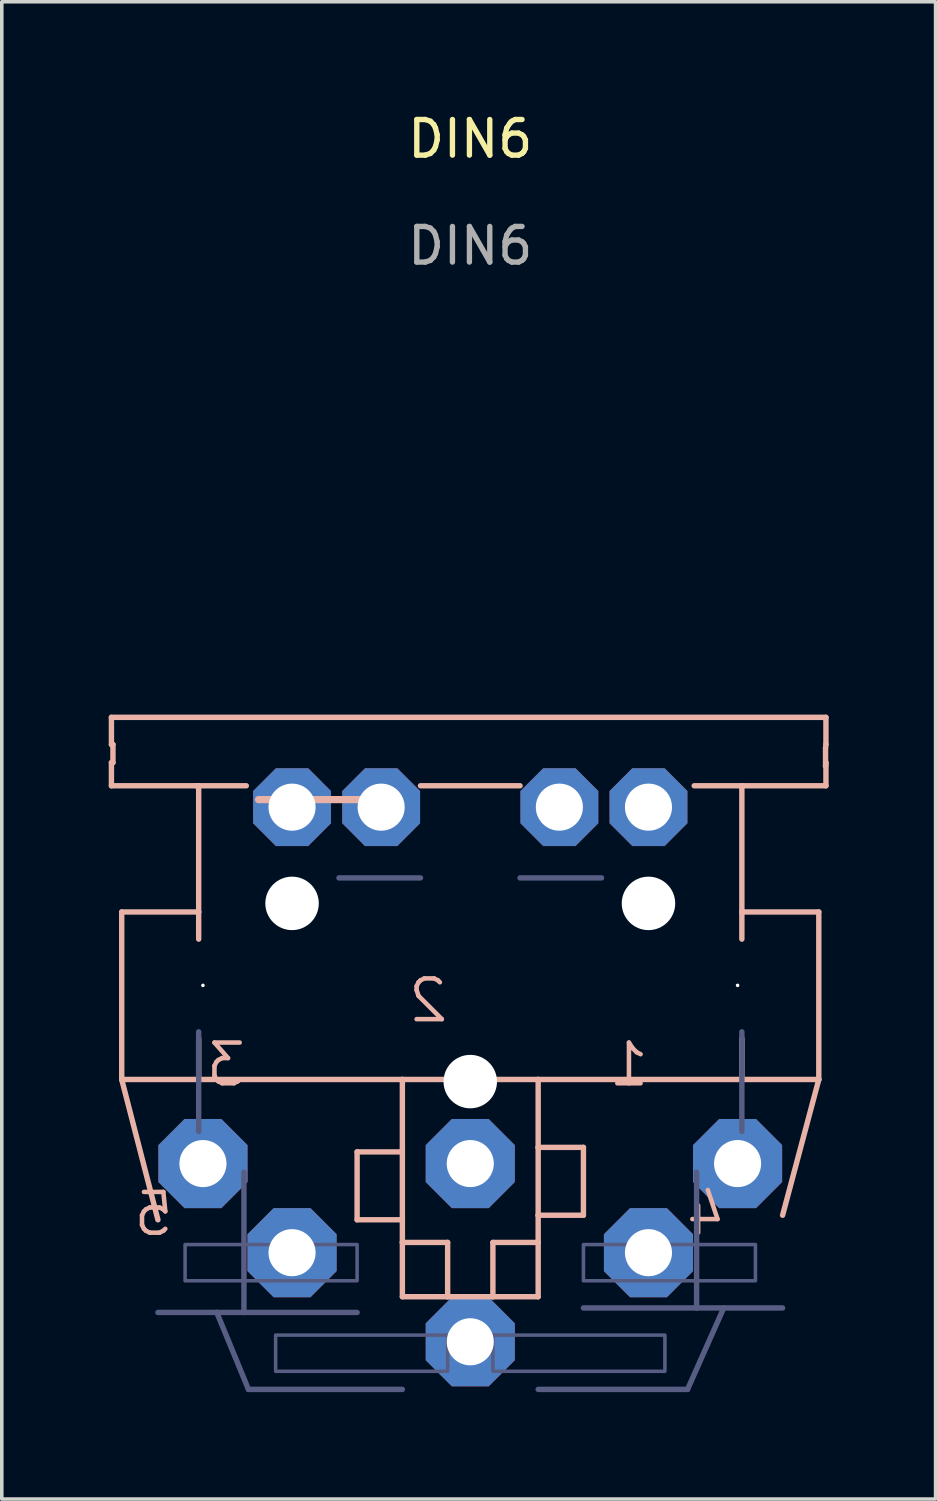
<source format=kicad_pcb>
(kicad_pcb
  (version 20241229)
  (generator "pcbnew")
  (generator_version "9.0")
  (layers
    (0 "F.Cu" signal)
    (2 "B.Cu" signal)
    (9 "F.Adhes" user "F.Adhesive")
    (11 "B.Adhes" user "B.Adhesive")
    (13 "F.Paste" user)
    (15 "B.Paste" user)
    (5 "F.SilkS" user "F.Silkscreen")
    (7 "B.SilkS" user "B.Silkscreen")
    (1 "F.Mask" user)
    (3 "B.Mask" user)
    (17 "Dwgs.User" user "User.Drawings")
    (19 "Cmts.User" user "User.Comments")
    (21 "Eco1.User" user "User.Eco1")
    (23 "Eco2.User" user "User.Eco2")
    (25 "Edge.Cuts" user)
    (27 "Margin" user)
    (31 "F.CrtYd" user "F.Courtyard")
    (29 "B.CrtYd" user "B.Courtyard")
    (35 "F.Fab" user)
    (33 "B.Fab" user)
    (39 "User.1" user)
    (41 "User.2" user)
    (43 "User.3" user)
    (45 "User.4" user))
  (footprint "DIN6"
    (layer "F.Cu")
    (at 10.144 19.596)
    (property "Reference" "DIN6" (at 0 -18.748 0) (unlocked yes) (layer "F.SilkS") (effects (font (size 1 1) (thickness 0.15))))
    (attr through_hole)
    (fp_line (start -10.068 -2.52) (end -10.068 -1.758) (stroke (width 0.152) (type solid)) (layer "B.SilkS"))
    (fp_line (start -10.068 -2.52) (end 9.979 -2.52) (stroke (width 0.152) (type solid)) (layer "B.SilkS"))
    (fp_line (start -10.068 -1.25) (end -10.068 -0.6) (stroke (width 0.152) (type solid)) (layer "B.SilkS"))
    (fp_line (start -10.068 -1.25) (end -10.025 -1.25) (stroke (width 0.152) (type solid)) (layer "B.SilkS"))
    (fp_line (start -10.025 -1.758) (end -10.068 -1.758) (stroke (width 0.152) (type solid)) (layer "B.SilkS"))
    (fp_line (start -10.025 -1.758) (end -10.025 -1.25) (stroke (width 0.152) (type solid)) (layer "B.SilkS"))
    (fp_line (start -9.779 2.941) (end -9.779 7.64) (stroke (width 0.152) (type solid)) (layer "B.SilkS"))
    (fp_line (start -9.779 2.941) (end -7.62 2.941) (stroke (width 0.152) (type solid)) (layer "B.SilkS"))
    (fp_line (start -8.763 11.577) (end -9.779 7.64) (stroke (width 0.152) (type solid)) (layer "B.SilkS"))
    (fp_line (start -7.693 -0.6) (end -6.283 -0.6) (stroke (width 0.152) (type solid)) (layer "B.SilkS"))
    (fp_line (start -7.62 -0.6) (end -10.068 -0.6) (stroke (width 0.152) (type solid)) (layer "B.SilkS"))
    (fp_line (start -7.62 -0.6) (end -7.62 2.941) (stroke (width 0.152) (type solid)) (layer "B.SilkS"))
    (fp_line (start -7.62 2.941) (end -7.62 3.703) (stroke (width 0.152) (type solid)) (layer "B.SilkS"))
    (fp_line (start -7.62 7.64) (end -9.779 7.64) (stroke (width 0.152) (type solid)) (layer "B.SilkS"))
    (fp_line (start -7.62 7.64) (end -7.62 6.497) (stroke (width 0.152) (type solid)) (layer "B.SilkS"))
    (fp_line (start -3.175 11.577) (end -3.175 9.672) (stroke (width 0.152) (type solid)) (layer "B.SilkS"))
    (fp_line (start -2.948 -0.212) (end -5.942 -0.212) (stroke (width 0.203) (type solid)) (layer "B.SilkS"))
    (fp_line (start -1.905 7.64) (end -7.62 7.64) (stroke (width 0.152) (type solid)) (layer "B.SilkS"))
    (fp_line (start -1.905 9.672) (end -3.175 9.672) (stroke (width 0.152) (type solid)) (layer "B.SilkS"))
    (fp_line (start -1.905 9.672) (end -1.905 7.64) (stroke (width 0.152) (type solid)) (layer "B.SilkS"))
    (fp_line (start -1.905 11.577) (end -3.175 11.577) (stroke (width 0.152) (type solid)) (layer "B.SilkS"))
    (fp_line (start -1.905 11.577) (end -1.905 9.672) (stroke (width 0.152) (type solid)) (layer "B.SilkS"))
    (fp_line (start -1.905 12.212) (end -1.905 11.577) (stroke (width 0.152) (type solid)) (layer "B.SilkS"))
    (fp_line (start -1.905 12.212) (end -0.635 12.212) (stroke (width 0.152) (type solid)) (layer "B.SilkS"))
    (fp_line (start -1.905 13.736) (end -1.905 12.212) (stroke (width 0.152) (type solid)) (layer "B.SilkS"))
    (fp_line (start -1.397 -0.6) (end 1.397 -0.6) (stroke (width 0.152) (type solid)) (layer "B.SilkS"))
    (fp_line (start -0.635 13.736) (end -1.905 13.736) (stroke (width 0.152) (type solid)) (layer "B.SilkS"))
    (fp_line (start -0.635 13.736) (end -0.635 12.212) (stroke (width 0.152) (type solid)) (layer "B.SilkS"))
    (fp_line (start 0.635 13.736) (end -0.635 13.736) (stroke (width 0.152) (type solid)) (layer "B.SilkS"))
    (fp_line (start 0.635 13.736) (end 0.635 12.212) (stroke (width 0.152) (type solid)) (layer "B.SilkS"))
    (fp_line (start 1.905 7.64) (end -1.905 7.64) (stroke (width 0.152) (type solid)) (layer "B.SilkS"))
    (fp_line (start 1.905 9.545) (end 1.905 7.64) (stroke (width 0.152) (type solid)) (layer "B.SilkS"))
    (fp_line (start 1.905 9.545) (end 3.175 9.545) (stroke (width 0.152) (type solid)) (layer "B.SilkS"))
    (fp_line (start 1.905 11.45) (end 1.905 9.545) (stroke (width 0.152) (type solid)) (layer "B.SilkS"))
    (fp_line (start 1.905 12.212) (end 0.635 12.212) (stroke (width 0.152) (type solid)) (layer "B.SilkS"))
    (fp_line (start 1.905 12.212) (end 1.905 11.45) (stroke (width 0.152) (type solid)) (layer "B.SilkS"))
    (fp_line (start 1.905 13.736) (end 0.635 13.736) (stroke (width 0.152) (type solid)) (layer "B.SilkS"))
    (fp_line (start 1.905 13.736) (end 1.905 12.212) (stroke (width 0.152) (type solid)) (layer "B.SilkS"))
    (fp_line (start 3.175 11.45) (end 1.905 11.45) (stroke (width 0.152) (type solid)) (layer "B.SilkS"))
    (fp_line (start 3.175 11.45) (end 3.175 9.545) (stroke (width 0.152) (type solid)) (layer "B.SilkS"))
    (fp_line (start 6.283 -0.6) (end 7.62 -0.6) (stroke (width 0.152) (type solid)) (layer "B.SilkS"))
    (fp_line (start 7.62 -0.6) (end 7.62 2.941) (stroke (width 0.152) (type solid)) (layer "B.SilkS"))
    (fp_line (start 7.62 2.941) (end 7.62 3.703) (stroke (width 0.152) (type solid)) (layer "B.SilkS"))
    (fp_line (start 7.62 7.64) (end 1.905 7.64) (stroke (width 0.152) (type solid)) (layer "B.SilkS"))
    (fp_line (start 7.62 7.64) (end 7.62 6.497) (stroke (width 0.152) (type solid)) (layer "B.SilkS"))
    (fp_line (start 8.763 11.45) (end 9.779 7.64) (stroke (width 0.152) (type solid)) (layer "B.SilkS"))
    (fp_line (start 9.779 2.941) (end 7.62 2.941) (stroke (width 0.152) (type solid)) (layer "B.SilkS"))
    (fp_line (start 9.779 2.941) (end 9.779 7.64) (stroke (width 0.152) (type solid)) (layer "B.SilkS"))
    (fp_line (start 9.779 7.64) (end 7.62 7.64) (stroke (width 0.152) (type solid)) (layer "B.SilkS"))
    (fp_line (start 9.968 -1.658) (end 9.968 -1.15) (stroke (width 0.152) (type solid)) (layer "B.SilkS"))
    (fp_line (start 9.968 -1.658) (end 9.979 -1.758) (stroke (width 0.152) (type solid)) (layer "B.SilkS"))
    (fp_line (start 9.968 -1.15) (end 9.979 -1.25) (stroke (width 0.152) (type solid)) (layer "B.SilkS"))
    (fp_line (start 9.979 -2.52) (end 9.979 -1.758) (stroke (width 0.152) (type solid)) (layer "B.SilkS"))
    (fp_line (start 9.979 -0.6) (end 7.62 -0.6) (stroke (width 0.152) (type solid)) (layer "B.SilkS"))
    (fp_line (start 9.979 -0.6) (end 9.979 -1.25) (stroke (width 0.152) (type solid)) (layer "B.SilkS"))
    (fp_line (start -8.763 14.177) (end -7.112 14.177) (stroke (width 0.152) (type solid)) (layer "B.Fab"))
    (fp_line (start -7.62 9.097) (end -7.62 6.303) (stroke (width 0.152) (type solid)) (layer "B.Fab"))
    (fp_line (start -7.112 14.177) (end -6.223 16.336) (stroke (width 0.152) (type solid)) (layer "B.Fab"))
    (fp_line (start -6.35 14.177) (end -7.112 14.177) (stroke (width 0.152) (type solid)) (layer "B.Fab"))
    (fp_line (start -6.35 14.177) (end -6.35 10.24) (stroke (width 0.152) (type solid)) (layer "B.Fab"))
    (fp_line (start -3.175 14.177) (end -6.35 14.177) (stroke (width 0.152) (type solid)) (layer "B.Fab"))
    (fp_line (start -1.905 16.336) (end -6.223 16.336) (stroke (width 0.152) (type solid)) (layer "B.Fab"))
    (fp_line (start -1.397 1.985) (end -3.683 1.985) (stroke (width 0.152) (type solid)) (layer "B.Fab"))
    (fp_line (start 3.683 1.985) (end 1.397 1.985) (stroke (width 0.152) (type solid)) (layer "B.Fab"))
    (fp_line (start 6.096 16.336) (end 1.905 16.336) (stroke (width 0.152) (type solid)) (layer "B.Fab"))
    (fp_line (start 6.096 16.336) (end 7.112 14.05) (stroke (width 0.152) (type solid)) (layer "B.Fab"))
    (fp_line (start 6.35 14.05) (end 3.175 14.05) (stroke (width 0.152) (type solid)) (layer "B.Fab"))
    (fp_line (start 6.35 14.05) (end 6.35 10.24) (stroke (width 0.152) (type solid)) (layer "B.Fab"))
    (fp_line (start 7.112 14.05) (end 6.35 14.05) (stroke (width 0.152) (type solid)) (layer "B.Fab"))
    (fp_line (start 7.62 9.097) (end 7.62 6.303) (stroke (width 0.152) (type solid)) (layer "B.Fab"))
    (fp_line (start 8.763 14.05) (end 7.112 14.05) (stroke (width 0.152) (type solid)) (layer "B.Fab"))
    (fp_poly (pts (xy -8.001 12.272) (xy -3.175 12.272) (xy -3.175 13.288) (xy -8.001 13.288)) (stroke (width 0.1) (type solid)) (fill no) (layer "B.Fab"))
    (fp_poly (pts (xy -5.461 14.812) (xy -0.635 14.812) (xy -0.635 15.828) (xy -5.461 15.828)) (stroke (width 0.1) (type solid)) (fill no) (layer "B.Fab"))
    (fp_poly (pts (xy 0.635 14.812) (xy 5.461 14.812) (xy 5.461 15.828) (xy 0.635 15.828)) (stroke (width 0.1) (type solid)) (fill no) (layer "B.Fab"))
    (fp_poly (pts (xy 3.175 12.272) (xy 8.001 12.272) (xy 8.001 13.288) (xy 3.175 13.288)) (stroke (width 0.1) (type solid)) (fill no) (layer "B.Fab"))
    (fp_text user "2" (at -0.551 6.094 180) (layer "B.SilkS") (effects (font (size 1.143 1.143) (thickness 0.127)) (justify left bottom mirror)))
    (fp_text user "3" (at -6.223 7.894 180) (layer "B.SilkS") (effects (font (size 1.143 1.143) (thickness 0.127)) (justify left bottom mirror)))
    (fp_text user "1" (at 5.08 7.894 180) (layer "B.SilkS") (effects (font (size 1.143 1.143) (thickness 0.127)) (justify left bottom mirror)))
    (fp_text user "5" (at -8.255 12.085 180) (layer "B.SilkS") (effects (font (size 1.143 1.143) (thickness 0.127)) (justify left bottom mirror)))
    (fp_text user "4" (at 7.239 12.085 180) (layer "B.SilkS") (effects (font (size 1.143 1.143) (thickness 0.127)) (justify left bottom mirror)))
    (fp_text user "${REFERENCE}" (at 0 -15.748 0) (unlocked yes) (layer "F.Fab") (effects (font (size 1 1) (thickness 0.15))))
    (pad "" np_thru_hole circle (at -7.5 5) (size 0.1 0.1) (drill 2.5) (layers "*.Cu"))
    (pad "" np_thru_hole circle (at -5 2.7 270) (size 1.5 1.5) (drill 1.5) (layers "*.Cu" "*.Mask"))
    (pad "" np_thru_hole circle (at 0 7.7 270) (size 1.5 1.5) (drill 1.5) (layers "*.Cu" "*.Mask"))
    (pad "" np_thru_hole circle (at 5 2.7 270) (size 1.5 1.5) (drill 1.5) (layers "*.Cu" "*.Mask"))
    (pad "" np_thru_hole circle (at 7.5 5) (size 0.1 0.1) (drill 2.5) (layers "*.Cu"))
    (pad "1" thru_hole roundrect (at 7.5 10) (size 2.5 2.5) (drill 1.321) (layers "*.Cu" "*.Mask") (roundrect_rratio 0.25) (chamfer_ratio 0.293) (chamfer top_left top_right bottom_left bottom_right))
    (pad "2" thru_hole roundrect (at 0 10 270) (size 2.5 2.5) (drill 1.321) (layers "*.Cu" "*.Mask") (roundrect_rratio 0.25) (chamfer_ratio 0.293) (chamfer top_left top_right bottom_left bottom_right))
    (pad "3" thru_hole roundrect (at -7.5 10) (size 2.5 2.5) (drill 1.321) (layers "*.Cu" "*.Mask") (roundrect_rratio 0.25) (chamfer_ratio 0.293) (chamfer top_left top_right bottom_left bottom_right))
    (pad "4" thru_hole roundrect (at 5 12.5) (size 2.5 2.5) (drill 1.321) (layers "*.Cu" "*.Mask") (roundrect_rratio 0.25) (chamfer_ratio 0.293) (chamfer top_left top_right bottom_left bottom_right))
    (pad "5" thru_hole roundrect (at -5 12.5) (size 2.5 2.5) (drill 1.321) (layers "*.Cu" "*.Mask") (roundrect_rratio 0.25) (chamfer_ratio 0.293) (chamfer top_left top_right bottom_left bottom_right))
    (pad "6" thru_hole roundrect (at 0 15 270) (size 2.5 2.5) (drill 1.321) (layers "*.Cu" "*.Mask") (roundrect_rratio 0.25) (chamfer_ratio 0.293) (chamfer top_left top_right bottom_left bottom_right))
    (pad "PE" thru_hole roundrect (at -2.5 0) (size 2.184 2.184) (drill 1.321) (layers "*.Cu" "*.Mask") (roundrect_rratio 0.25) (chamfer_ratio 0.293) (chamfer top_left top_right bottom_left bottom_right))
    (pad "PE1" thru_hole roundrect (at -5 0) (size 2.184 2.184) (drill 1.321) (layers "*.Cu" "*.Mask") (roundrect_rratio 0.25) (chamfer_ratio 0.293) (chamfer top_left top_right bottom_left bottom_right))
    (pad "PE2" thru_hole roundrect (at 5 0) (size 2.184 2.184) (drill 1.321) (layers "*.Cu" "*.Mask") (roundrect_rratio 0.25) (chamfer_ratio 0.293) (chamfer top_left top_right bottom_left bottom_right))
    (pad "PE@" thru_hole roundrect (at 2.5 0) (size 2.184 2.184) (drill 1.321) (layers "*.Cu" "*.Mask") (roundrect_rratio 0.25) (chamfer_ratio 0.293) (chamfer top_left top_right bottom_left bottom_right)))
  (gr_rect
    (start -3 -3)
    (end 23.199 39.008)
    (stroke (width 0.1) (type default))
    (fill no)
    (layer "Edge.Cuts")))
</source>
